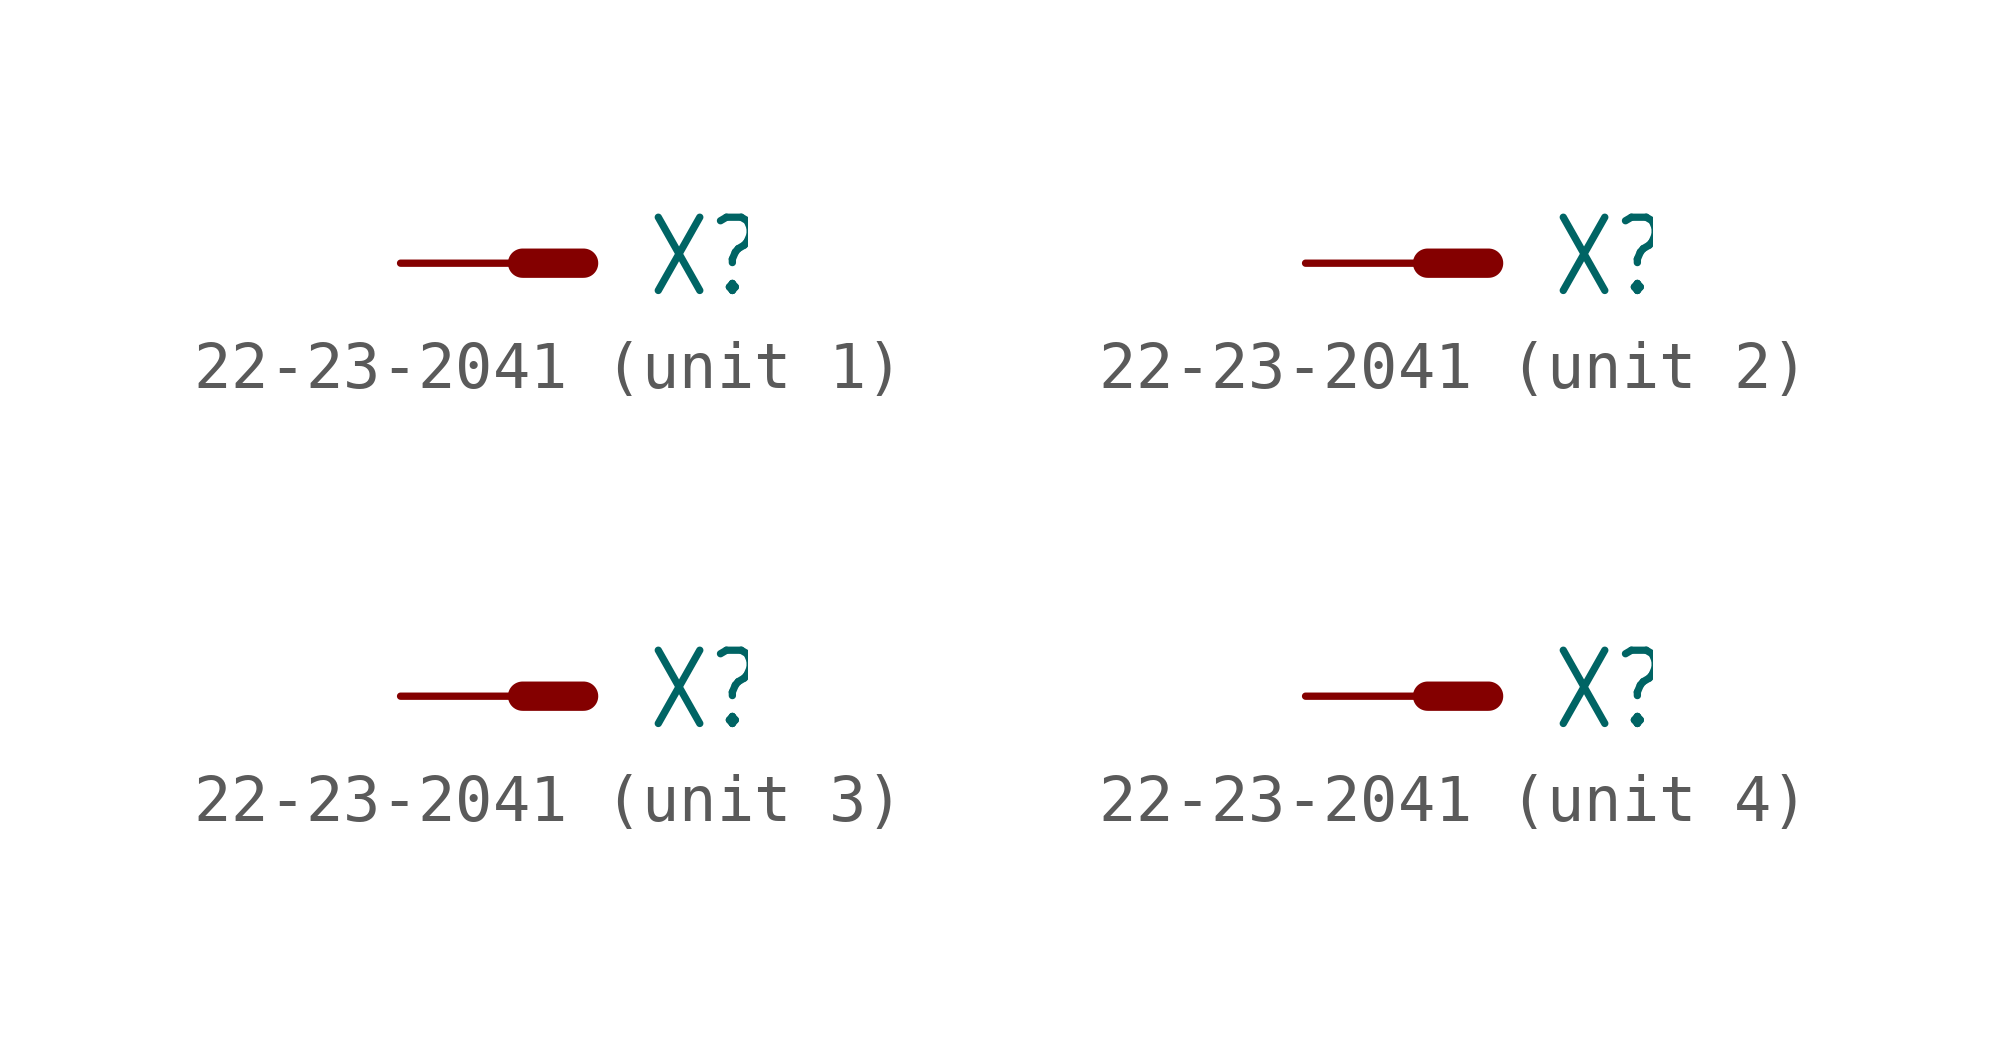
<source format=kicad_sym>
(kicad_symbol_lib
  (version 20211014)
  (generator kicad_symbol_editor)
  (symbol "22-23-2041"
    (property "Reference" "X"
      (at 2.54 -0.762 0)
      (effects (font (size 1.524 1.295)) (justify left bottom)))
    (property "ki_locked" ""
      (at 0 0 0)
      (effects (font (size 1.27 1.27))))
    (symbol "22-23-2041_1_0"
      (polyline (pts (xy 1.27 0) (xy 0 0)) (stroke (width 0.61) (type default) (color 0 0 0 0)) (fill (type none)))
      (pin passive line (at -2.54 0 0) (length 2.54) (name "S" (effects (font (size 0 0)))) (number "1" (effects (font (size 0 0))))))
    (symbol "22-23-2041_2_0"
      (polyline (pts (xy 1.27 0) (xy 0 0)) (stroke (width 0.61) (type default) (color 0 0 0 0)) (fill (type none)))
      (pin passive line (at -2.54 0 0) (length 2.54) (name "S" (effects (font (size 0 0)))) (number "2" (effects (font (size 0 0))))))
    (symbol "22-23-2041_3_0"
      (polyline (pts (xy 1.27 0) (xy 0 0)) (stroke (width 0.61) (type default) (color 0 0 0 0)) (fill (type none)))
      (pin passive line (at -2.54 0 0) (length 2.54) (name "S" (effects (font (size 0 0)))) (number "3" (effects (font (size 0 0))))))
    (symbol "22-23-2041_4_0"
      (polyline (pts (xy 1.27 0) (xy 0 0)) (stroke (width 0.61) (type default) (color 0 0 0 0)) (fill (type none)))
      (pin passive line (at -2.54 0 0) (length 2.54) (name "S" (effects (font (size 0 0)))) (number "4" (effects (font (size 0 0))))))))
</source>
